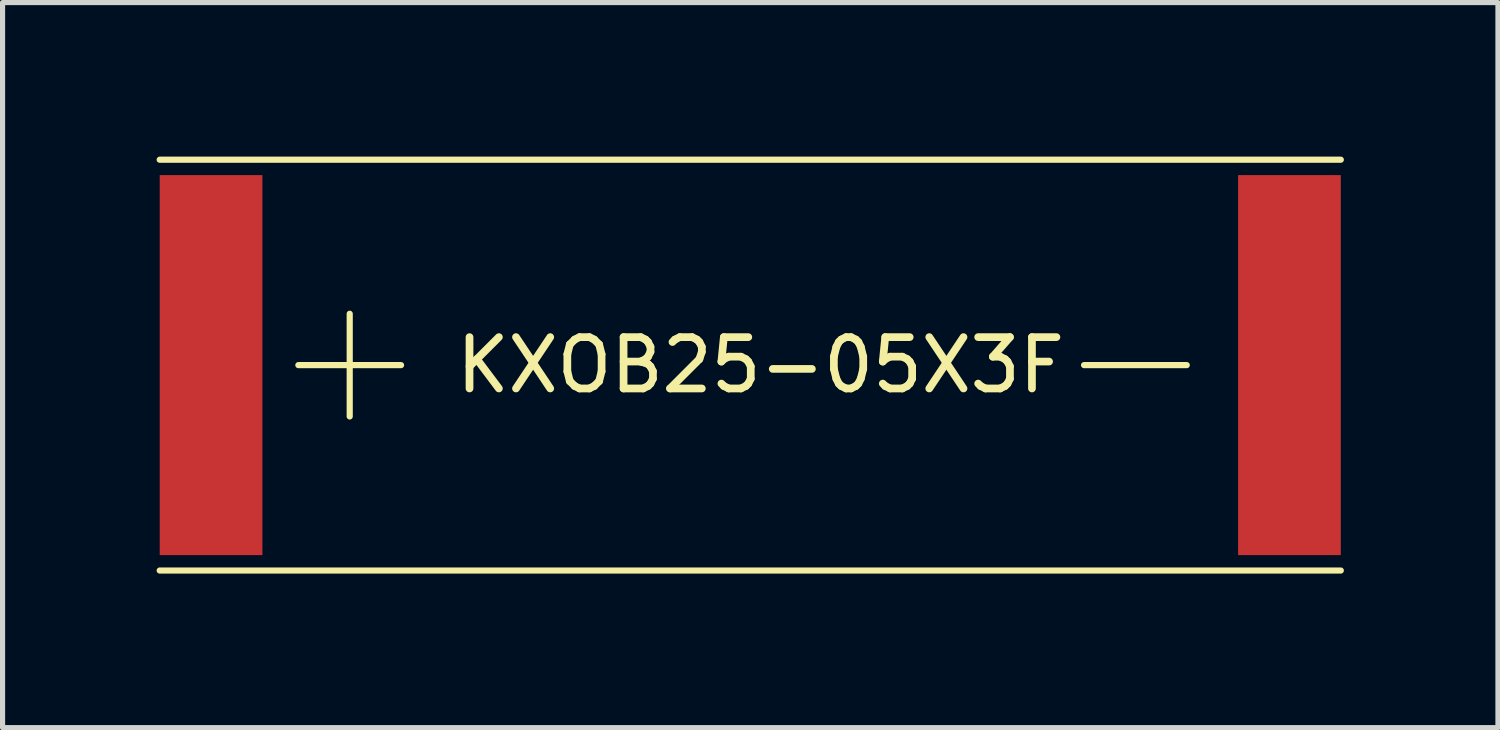
<source format=kicad_pcb>
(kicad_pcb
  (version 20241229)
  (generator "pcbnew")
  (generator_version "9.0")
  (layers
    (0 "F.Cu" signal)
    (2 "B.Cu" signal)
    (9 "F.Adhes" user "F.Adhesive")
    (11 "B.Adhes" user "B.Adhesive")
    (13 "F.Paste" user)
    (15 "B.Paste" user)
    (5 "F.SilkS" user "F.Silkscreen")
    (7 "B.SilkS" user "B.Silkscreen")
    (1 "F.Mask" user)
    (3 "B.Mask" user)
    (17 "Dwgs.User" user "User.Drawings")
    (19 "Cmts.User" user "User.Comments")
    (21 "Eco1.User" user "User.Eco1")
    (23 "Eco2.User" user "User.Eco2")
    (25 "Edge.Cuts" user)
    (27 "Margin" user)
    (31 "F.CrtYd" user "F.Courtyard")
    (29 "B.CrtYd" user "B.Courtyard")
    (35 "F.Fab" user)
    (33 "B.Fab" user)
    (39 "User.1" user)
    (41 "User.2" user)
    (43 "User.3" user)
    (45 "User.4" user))
  (footprint "KXOB25-05X3F"
    (layer "F.Cu")
    (at 1.06 4.06)
    (property "Reference" "KXOB25-05X3F" (at 10.7 0 0) (layer "F.SilkS") (effects (font (size 1 1) (thickness 0.15))))
    (attr through_hole)
    (fp_line (start -1 -4) (end 22 -4) (stroke (width 0.12) (type solid)) (layer "F.SilkS"))
    (fp_line (start 1.7 0) (end 3.7 0) (stroke (width 0.12) (type solid)) (layer "F.SilkS"))
    (fp_line (start 2.7 -1) (end 2.7 1) (stroke (width 0.12) (type solid)) (layer "F.SilkS"))
    (fp_line (start 17 0) (end 19 0) (stroke (width 0.12) (type solid)) (layer "F.SilkS"))
    (fp_line (start 22 4) (end -1 4) (stroke (width 0.12) (type solid)) (layer "F.SilkS"))
    (pad "1" smd rect (at 0 0) (size 2 7.4) (layers "F.Cu" "F.Mask" "F.Paste"))
    (pad "2" smd rect (at 21 0) (size 2 7.4) (layers "F.Cu" "F.Mask" "F.Paste")))
  (gr_rect
    (start -3 -3)
    (end 26.12 11.12)
    (stroke (width 0.1) (type default))
    (fill no)
    (layer "Edge.Cuts")))
</source>
